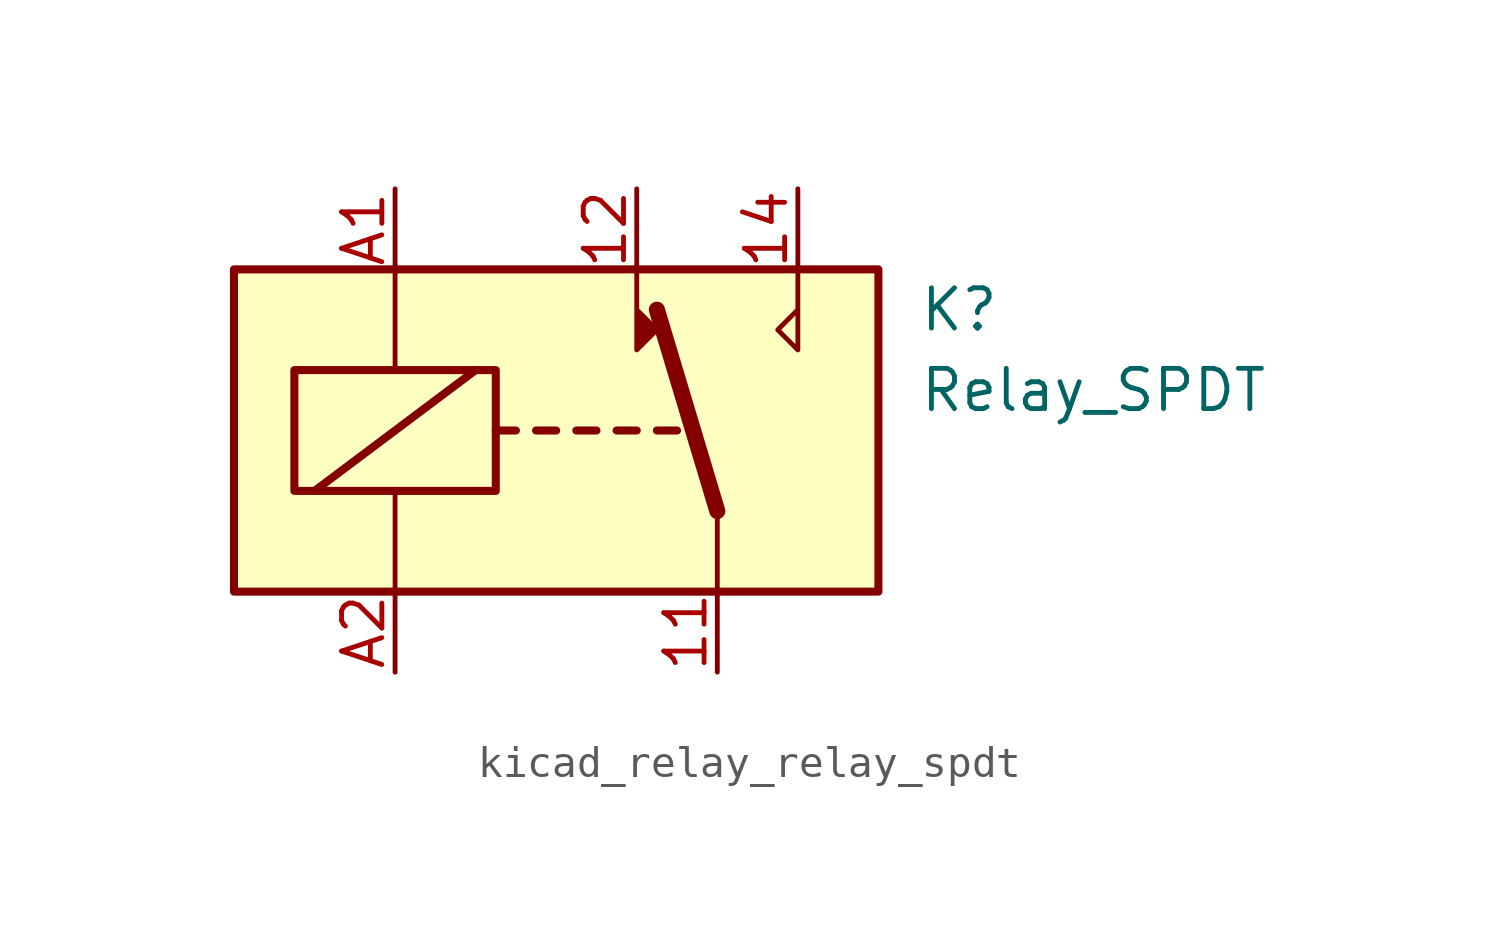
<source format=kicad_sym>
(kicad_symbol_lib
  (version 20220914)
  (generator kicad_symbol_editor)
  (symbol "kicad_relay_relay_spdt"
    (property "Reference" "K"
      (at 11.43 3.81 0)
      (effects (font (size 1.27 1.27)) (justify left)))
    (property "Value" "Relay_SPDT"
      (at 11.43 1.27 0)
      (effects (font (size 1.27 1.27)) (justify left)))
    (symbol "kicad_relay_relay_spdt_0_0"
      (polyline (pts (xy 7.62 5.08) (xy 7.62 2.54) (xy 6.985 3.175) (xy 7.62 3.81)) (stroke (width 0) (type default)) (fill (type none))))
    (symbol "kicad_relay_relay_spdt_0_1"
      (rectangle (start -10.16 5.08) (end 10.16 -5.08) (stroke (width 0.254) (type default)) (fill (type background)))
      (rectangle (start -8.255 1.905) (end -1.905 -1.905) (stroke (width 0.254) (type default)) (fill (type none)))
      (polyline (pts (xy -7.62 -1.905) (xy -2.54 1.905)) (stroke (width 0.254) (type default)) (fill (type none)))
      (polyline (pts (xy -5.08 -5.08) (xy -5.08 -1.905)) (stroke (width 0) (type default)) (fill (type none)))
      (polyline (pts (xy -5.08 5.08) (xy -5.08 1.905)) (stroke (width 0) (type default)) (fill (type none)))
      (polyline (pts (xy -1.905 0) (xy -1.27 0)) (stroke (width 0.254) (type default)) (fill (type none)))
      (polyline (pts (xy -0.635 0) (xy 0 0)) (stroke (width 0.254) (type default)) (fill (type none)))
      (polyline (pts (xy 0.635 0) (xy 1.27 0)) (stroke (width 0.254) (type default)) (fill (type none)))
      (polyline (pts (xy 1.905 0) (xy 2.54 0)) (stroke (width 0.254) (type default)) (fill (type none)))
      (polyline (pts (xy 3.175 0) (xy 3.81 0)) (stroke (width 0.254) (type default)) (fill (type none)))
      (polyline (pts (xy 5.08 -2.54) (xy 3.175 3.81)) (stroke (width 0.508) (type default)) (fill (type none)))
      (polyline (pts (xy 5.08 -2.54) (xy 5.08 -5.08)) (stroke (width 0) (type default)) (fill (type none)))
      (polyline (pts (xy 2.54 5.08) (xy 2.54 2.54) (xy 3.175 3.175) (xy 2.54 3.81)) (stroke (width 0) (type default)) (fill (type outline))))
    (symbol "kicad_relay_relay_spdt_1_1"
      (pin passive line (at 5.08 -7.62 90) (length 2.54) (name "~" (effects (font (size 1.27 1.27)))) (number "11" (effects (font (size 1.27 1.27)))))
      (pin passive line (at 2.54 7.62 270) (length 2.54) (name "~" (effects (font (size 1.27 1.27)))) (number "12" (effects (font (size 1.27 1.27)))))
      (pin passive line (at 7.62 7.62 270) (length 2.54) (name "~" (effects (font (size 1.27 1.27)))) (number "14" (effects (font (size 1.27 1.27)))))
      (pin passive line (at -5.08 7.62 270) (length 2.54) (name "~" (effects (font (size 1.27 1.27)))) (number "A1" (effects (font (size 1.27 1.27)))))
      (pin passive line (at -5.08 -7.62 90) (length 2.54) (name "~" (effects (font (size 1.27 1.27)))) (number "A2" (effects (font (size 1.27 1.27))))))))
</source>
